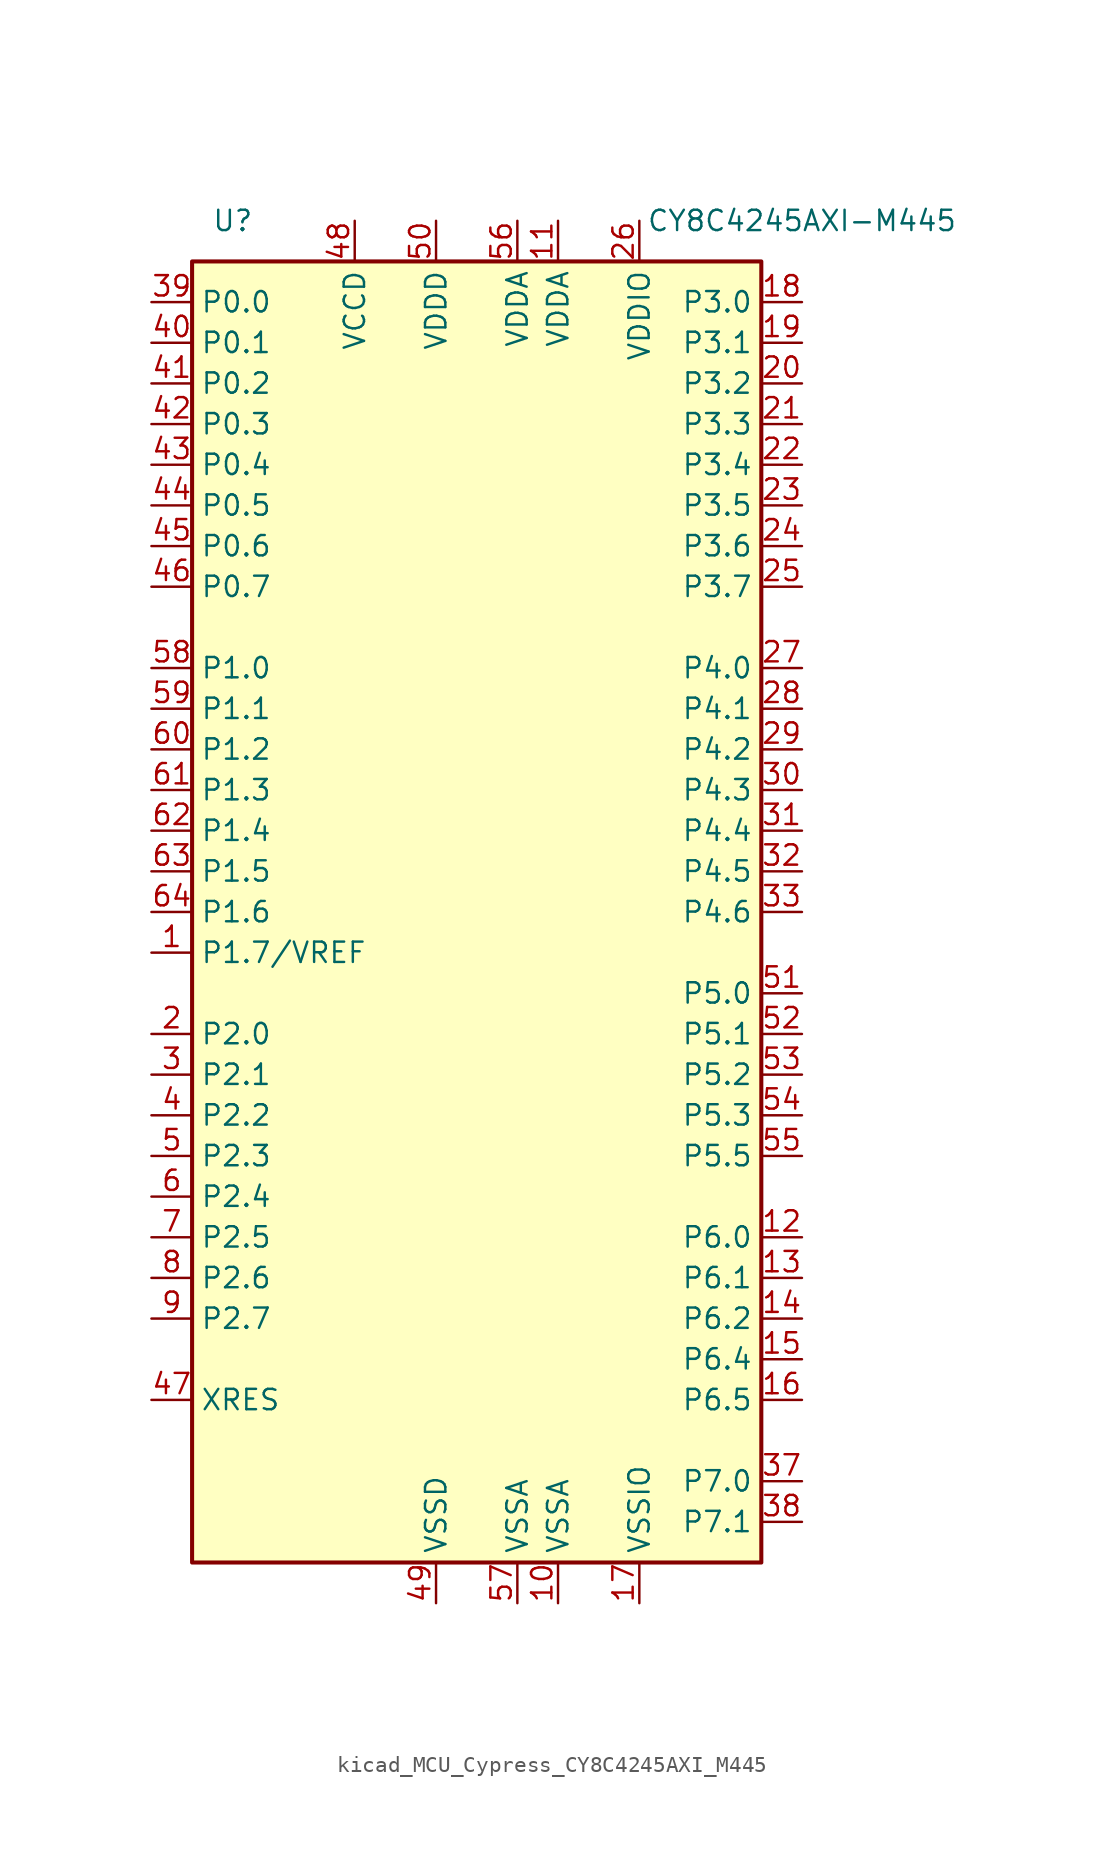
<source format=kicad_sym>
(kicad_symbol_lib
  (version 20220914)
  (generator kicad_symbol_editor)
  (symbol "kicad_MCU_Cypress_CY8C4245AXI_M445"
    (property "Reference" "U"
      (at -15.24 43.18 0)
      (effects (font (size 1.27 1.27))))
    (property "Value" "CY8C4245AXI-M445"
      (at 20.32 43.18 0)
      (effects (font (size 1.27 1.27))))
    (symbol "kicad_MCU_Cypress_CY8C4245AXI_M445_0_1"
      (rectangle (start -17.78 40.64) (end 17.78 -40.64) (stroke (width 0.254) (type default)) (fill (type background))))
    (symbol "kicad_MCU_Cypress_CY8C4245AXI_M445_1_1"
      (pin bidirectional line (at -20.32 -2.54 0) (length 2.54) (name "P1.7/VREF" (effects (font (size 1.27 1.27)))) (number "1" (effects (font (size 1.27 1.27)))))
      (pin power_in line (at 5.08 -43.18 90) (length 2.54) (name "VSSA" (effects (font (size 1.27 1.27)))) (number "10" (effects (font (size 1.27 1.27)))))
      (pin power_in line (at 5.08 43.18 270) (length 2.54) (name "VDDA" (effects (font (size 1.27 1.27)))) (number "11" (effects (font (size 1.27 1.27)))))
      (pin bidirectional line (at 20.32 -20.32 180) (length 2.54) (name "P6.0" (effects (font (size 1.27 1.27)))) (number "12" (effects (font (size 1.27 1.27)))))
      (pin bidirectional line (at 20.32 -22.86 180) (length 2.54) (name "P6.1" (effects (font (size 1.27 1.27)))) (number "13" (effects (font (size 1.27 1.27)))))
      (pin bidirectional line (at 20.32 -25.4 180) (length 2.54) (name "P6.2" (effects (font (size 1.27 1.27)))) (number "14" (effects (font (size 1.27 1.27)))))
      (pin bidirectional line (at 20.32 -27.94 180) (length 2.54) (name "P6.4" (effects (font (size 1.27 1.27)))) (number "15" (effects (font (size 1.27 1.27)))))
      (pin bidirectional line (at 20.32 -30.48 180) (length 2.54) (name "P6.5" (effects (font (size 1.27 1.27)))) (number "16" (effects (font (size 1.27 1.27)))))
      (pin power_in line (at 10.16 -43.18 90) (length 2.54) (name "VSSIO" (effects (font (size 1.27 1.27)))) (number "17" (effects (font (size 1.27 1.27)))))
      (pin bidirectional line (at 20.32 38.1 180) (length 2.54) (name "P3.0" (effects (font (size 1.27 1.27)))) (number "18" (effects (font (size 1.27 1.27)))))
      (pin bidirectional line (at 20.32 35.56 180) (length 2.54) (name "P3.1" (effects (font (size 1.27 1.27)))) (number "19" (effects (font (size 1.27 1.27)))))
      (pin bidirectional line (at -20.32 -7.62 0) (length 2.54) (name "P2.0" (effects (font (size 1.27 1.27)))) (number "2" (effects (font (size 1.27 1.27)))))
      (pin bidirectional line (at 20.32 33.02 180) (length 2.54) (name "P3.2" (effects (font (size 1.27 1.27)))) (number "20" (effects (font (size 1.27 1.27)))))
      (pin bidirectional line (at 20.32 30.48 180) (length 2.54) (name "P3.3" (effects (font (size 1.27 1.27)))) (number "21" (effects (font (size 1.27 1.27)))))
      (pin bidirectional line (at 20.32 27.94 180) (length 2.54) (name "P3.4" (effects (font (size 1.27 1.27)))) (number "22" (effects (font (size 1.27 1.27)))))
      (pin bidirectional line (at 20.32 25.4 180) (length 2.54) (name "P3.5" (effects (font (size 1.27 1.27)))) (number "23" (effects (font (size 1.27 1.27)))))
      (pin bidirectional line (at 20.32 22.86 180) (length 2.54) (name "P3.6" (effects (font (size 1.27 1.27)))) (number "24" (effects (font (size 1.27 1.27)))))
      (pin bidirectional line (at 20.32 20.32 180) (length 2.54) (name "P3.7" (effects (font (size 1.27 1.27)))) (number "25" (effects (font (size 1.27 1.27)))))
      (pin power_in line (at 10.16 43.18 270) (length 2.54) (name "VDDIO" (effects (font (size 1.27 1.27)))) (number "26" (effects (font (size 1.27 1.27)))))
      (pin bidirectional line (at 20.32 15.24 180) (length 2.54) (name "P4.0" (effects (font (size 1.27 1.27)))) (number "27" (effects (font (size 1.27 1.27)))))
      (pin bidirectional line (at 20.32 12.7 180) (length 2.54) (name "P4.1" (effects (font (size 1.27 1.27)))) (number "28" (effects (font (size 1.27 1.27)))))
      (pin bidirectional line (at 20.32 10.16 180) (length 2.54) (name "P4.2" (effects (font (size 1.27 1.27)))) (number "29" (effects (font (size 1.27 1.27)))))
      (pin bidirectional line (at -20.32 -10.16 0) (length 2.54) (name "P2.1" (effects (font (size 1.27 1.27)))) (number "3" (effects (font (size 1.27 1.27)))))
      (pin bidirectional line (at 20.32 7.62 180) (length 2.54) (name "P4.3" (effects (font (size 1.27 1.27)))) (number "30" (effects (font (size 1.27 1.27)))))
      (pin bidirectional line (at 20.32 5.08 180) (length 2.54) (name "P4.4" (effects (font (size 1.27 1.27)))) (number "31" (effects (font (size 1.27 1.27)))))
      (pin bidirectional line (at 20.32 2.54 180) (length 2.54) (name "P4.5" (effects (font (size 1.27 1.27)))) (number "32" (effects (font (size 1.27 1.27)))))
      (pin bidirectional line (at 20.32 0 180) (length 2.54) (name "P4.6" (effects (font (size 1.27 1.27)))) (number "33" (effects (font (size 1.27 1.27)))))
      (pin bidirectional line (at 20.32 -35.56 180) (length 2.54) (name "P7.0" (effects (font (size 1.27 1.27)))) (number "37" (effects (font (size 1.27 1.27)))))
      (pin bidirectional line (at 20.32 -38.1 180) (length 2.54) (name "P7.1" (effects (font (size 1.27 1.27)))) (number "38" (effects (font (size 1.27 1.27)))))
      (pin bidirectional line (at -20.32 38.1 0) (length 2.54) (name "P0.0" (effects (font (size 1.27 1.27)))) (number "39" (effects (font (size 1.27 1.27)))))
      (pin bidirectional line (at -20.32 -12.7 0) (length 2.54) (name "P2.2" (effects (font (size 1.27 1.27)))) (number "4" (effects (font (size 1.27 1.27)))))
      (pin bidirectional line (at -20.32 35.56 0) (length 2.54) (name "P0.1" (effects (font (size 1.27 1.27)))) (number "40" (effects (font (size 1.27 1.27)))))
      (pin bidirectional line (at -20.32 33.02 0) (length 2.54) (name "P0.2" (effects (font (size 1.27 1.27)))) (number "41" (effects (font (size 1.27 1.27)))))
      (pin bidirectional line (at -20.32 30.48 0) (length 2.54) (name "P0.3" (effects (font (size 1.27 1.27)))) (number "42" (effects (font (size 1.27 1.27)))))
      (pin bidirectional line (at -20.32 27.94 0) (length 2.54) (name "P0.4" (effects (font (size 1.27 1.27)))) (number "43" (effects (font (size 1.27 1.27)))))
      (pin bidirectional line (at -20.32 25.4 0) (length 2.54) (name "P0.5" (effects (font (size 1.27 1.27)))) (number "44" (effects (font (size 1.27 1.27)))))
      (pin bidirectional line (at -20.32 22.86 0) (length 2.54) (name "P0.6" (effects (font (size 1.27 1.27)))) (number "45" (effects (font (size 1.27 1.27)))))
      (pin bidirectional line (at -20.32 20.32 0) (length 2.54) (name "P0.7" (effects (font (size 1.27 1.27)))) (number "46" (effects (font (size 1.27 1.27)))))
      (pin input line (at -20.32 -30.48 0) (length 2.54) (name "XRES" (effects (font (size 1.27 1.27)))) (number "47" (effects (font (size 1.27 1.27)))))
      (pin power_out line (at -7.62 43.18 270) (length 2.54) (name "VCCD" (effects (font (size 1.27 1.27)))) (number "48" (effects (font (size 1.27 1.27)))))
      (pin power_in line (at -2.54 -43.18 90) (length 2.54) (name "VSSD" (effects (font (size 1.27 1.27)))) (number "49" (effects (font (size 1.27 1.27)))))
      (pin bidirectional line (at -20.32 -15.24 0) (length 2.54) (name "P2.3" (effects (font (size 1.27 1.27)))) (number "5" (effects (font (size 1.27 1.27)))))
      (pin power_in line (at -2.54 43.18 270) (length 2.54) (name "VDDD" (effects (font (size 1.27 1.27)))) (number "50" (effects (font (size 1.27 1.27)))))
      (pin bidirectional line (at 20.32 -5.08 180) (length 2.54) (name "P5.0" (effects (font (size 1.27 1.27)))) (number "51" (effects (font (size 1.27 1.27)))))
      (pin bidirectional line (at 20.32 -7.62 180) (length 2.54) (name "P5.1" (effects (font (size 1.27 1.27)))) (number "52" (effects (font (size 1.27 1.27)))))
      (pin bidirectional line (at 20.32 -10.16 180) (length 2.54) (name "P5.2" (effects (font (size 1.27 1.27)))) (number "53" (effects (font (size 1.27 1.27)))))
      (pin bidirectional line (at 20.32 -12.7 180) (length 2.54) (name "P5.3" (effects (font (size 1.27 1.27)))) (number "54" (effects (font (size 1.27 1.27)))))
      (pin bidirectional line (at 20.32 -15.24 180) (length 2.54) (name "P5.5" (effects (font (size 1.27 1.27)))) (number "55" (effects (font (size 1.27 1.27)))))
      (pin power_in line (at 2.54 43.18 270) (length 2.54) (name "VDDA" (effects (font (size 1.27 1.27)))) (number "56" (effects (font (size 1.27 1.27)))))
      (pin power_in line (at 2.54 -43.18 90) (length 2.54) (name "VSSA" (effects (font (size 1.27 1.27)))) (number "57" (effects (font (size 1.27 1.27)))))
      (pin bidirectional line (at -20.32 15.24 0) (length 2.54) (name "P1.0" (effects (font (size 1.27 1.27)))) (number "58" (effects (font (size 1.27 1.27)))))
      (pin bidirectional line (at -20.32 12.7 0) (length 2.54) (name "P1.1" (effects (font (size 1.27 1.27)))) (number "59" (effects (font (size 1.27 1.27)))))
      (pin bidirectional line (at -20.32 -17.78 0) (length 2.54) (name "P2.4" (effects (font (size 1.27 1.27)))) (number "6" (effects (font (size 1.27 1.27)))))
      (pin bidirectional line (at -20.32 10.16 0) (length 2.54) (name "P1.2" (effects (font (size 1.27 1.27)))) (number "60" (effects (font (size 1.27 1.27)))))
      (pin bidirectional line (at -20.32 7.62 0) (length 2.54) (name "P1.3" (effects (font (size 1.27 1.27)))) (number "61" (effects (font (size 1.27 1.27)))))
      (pin bidirectional line (at -20.32 5.08 0) (length 2.54) (name "P1.4" (effects (font (size 1.27 1.27)))) (number "62" (effects (font (size 1.27 1.27)))))
      (pin bidirectional line (at -20.32 2.54 0) (length 2.54) (name "P1.5" (effects (font (size 1.27 1.27)))) (number "63" (effects (font (size 1.27 1.27)))))
      (pin bidirectional line (at -20.32 0 0) (length 2.54) (name "P1.6" (effects (font (size 1.27 1.27)))) (number "64" (effects (font (size 1.27 1.27)))))
      (pin bidirectional line (at -20.32 -20.32 0) (length 2.54) (name "P2.5" (effects (font (size 1.27 1.27)))) (number "7" (effects (font (size 1.27 1.27)))))
      (pin bidirectional line (at -20.32 -22.86 0) (length 2.54) (name "P2.6" (effects (font (size 1.27 1.27)))) (number "8" (effects (font (size 1.27 1.27)))))
      (pin bidirectional line (at -20.32 -25.4 0) (length 2.54) (name "P2.7" (effects (font (size 1.27 1.27)))) (number "9" (effects (font (size 1.27 1.27))))))))
</source>
